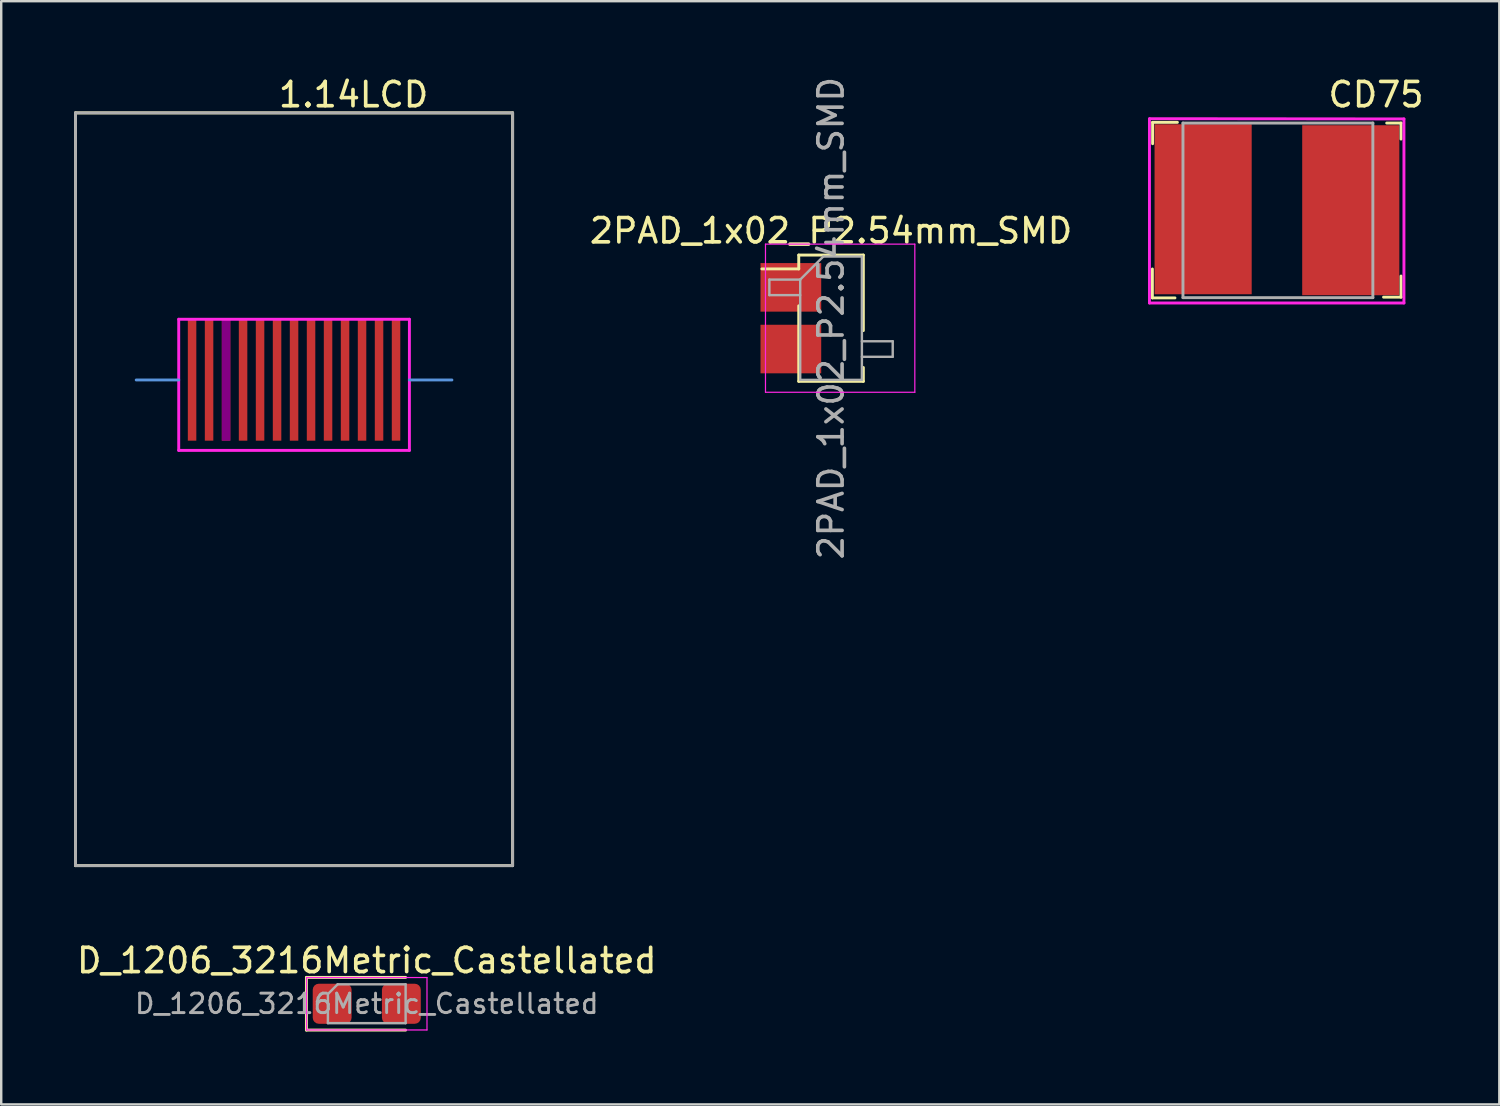
<source format=kicad_pcb>
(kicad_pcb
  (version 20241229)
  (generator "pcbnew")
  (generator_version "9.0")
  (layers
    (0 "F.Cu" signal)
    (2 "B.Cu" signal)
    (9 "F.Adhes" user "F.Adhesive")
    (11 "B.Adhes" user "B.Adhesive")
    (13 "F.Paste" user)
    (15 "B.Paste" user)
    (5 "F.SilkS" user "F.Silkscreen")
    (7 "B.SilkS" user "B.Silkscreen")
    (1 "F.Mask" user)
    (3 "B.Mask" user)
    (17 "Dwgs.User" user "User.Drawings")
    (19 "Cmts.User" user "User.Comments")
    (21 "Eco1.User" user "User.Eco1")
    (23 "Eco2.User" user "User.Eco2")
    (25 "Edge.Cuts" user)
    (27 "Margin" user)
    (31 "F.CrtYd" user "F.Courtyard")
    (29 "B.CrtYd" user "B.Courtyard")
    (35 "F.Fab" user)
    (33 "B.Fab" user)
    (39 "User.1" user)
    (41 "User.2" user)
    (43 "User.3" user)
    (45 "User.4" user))
  (footprint "CD75"
    (layer "F.Cu")
    (at 49.587 5.588)
    (property "Reference" "CD75" (at 4.03 -4.74 0) (layer "F.SilkS") (effects (font (size 1 1) (thickness 0.15))))
    (attr smd)
    (fp_line (start -5.18 2.44) (end -5.18 3.63) (stroke (width 0.12) (type solid)) (layer "F.SilkS"))
    (fp_line (start -5.18 3.63) (end -4.25 3.63) (stroke (width 0.12) (type solid)) (layer "F.SilkS"))
    (fp_line (start -5.17 -3.6) (end -5.17 -2.72) (stroke (width 0.12) (type solid)) (layer "F.SilkS"))
    (fp_line (start -4.15 -3.6) (end -5.17 -3.6) (stroke (width 0.12) (type solid)) (layer "F.SilkS"))
    (fp_line (start 5.06 -3.57) (end 4.47 -3.57) (stroke (width 0.12) (type solid)) (layer "F.SilkS"))
    (fp_line (start 5.06 -2.91) (end 5.06 -3.57) (stroke (width 0.12) (type solid)) (layer "F.SilkS"))
    (fp_line (start 5.06 2.73) (end 5.06 3.6) (stroke (width 0.12) (type solid)) (layer "F.SilkS"))
    (fp_line (start 5.06 3.6) (end 4.34 3.6) (stroke (width 0.12) (type solid)) (layer "F.SilkS"))
    (fp_line (start -5.3 3.84) (end -5.3 -3.75) (stroke (width 0.12) (type solid)) (layer "F.CrtYd"))
    (fp_line (start -5.29 -3.75) (end 5.18 -3.74) (stroke (width 0.12) (type solid)) (layer "F.CrtYd"))
    (fp_line (start 5.18 -3.74) (end 5.18 3.84) (stroke (width 0.12) (type solid)) (layer "F.CrtYd"))
    (fp_line (start 5.18 3.84) (end -5.3 3.84) (stroke (width 0.12) (type solid)) (layer "F.CrtYd"))
    (fp_line (start -3.92 -3.57) (end 3.9 -3.57) (stroke (width 0.12) (type solid)) (layer "F.Fab"))
    (fp_line (start -3.92 3.62) (end -3.92 -3.57) (stroke (width 0.12) (type solid)) (layer "F.Fab"))
    (fp_line (start 3.9 -3.57) (end 3.9 3.62) (stroke (width 0.12) (type solid)) (layer "F.Fab"))
    (fp_line (start 3.9 3.62) (end -3.92 3.62) (stroke (width 0.12) (type solid)) (layer "F.Fab"))
    (pad "1" smd rect (at -3.09 -0.02) (size 4 7) (layers "F.Cu" "F.Mask" "F.Paste"))
    (pad "2" smd rect (at 2.99 0.02) (size 4 7) (layers "F.Cu" "F.Mask" "F.Paste")))
  (footprint "2PAD_1x02_P2.54mm_SMD"
    (layer "F.Cu")
    (at 31.174 10.054)
    (property "Reference" "2PAD_1x02_P2.54mm_SMD" (at 0 -3.6 0) (layer "F.SilkS") (effects (font (size 1 1) (thickness 0.15))))
    (attr smd)
    (fp_line (start -1.33 -2.6) (end -1.33 -2.03) (stroke (width 0.12) (type solid)) (layer "F.SilkS"))
    (fp_line (start -1.33 -2.6) (end 1.33 -2.6) (stroke (width 0.12) (type solid)) (layer "F.SilkS"))
    (fp_line (start -1.33 -2.03) (end -2.85 -2.03) (stroke (width 0.12) (type solid)) (layer "F.SilkS"))
    (fp_line (start -1.33 -0.51) (end -1.33 2.6) (stroke (width 0.12) (type solid)) (layer "F.SilkS"))
    (fp_line (start -1.33 2.6) (end 1.33 2.6) (stroke (width 0.12) (type solid)) (layer "F.SilkS"))
    (fp_line (start 1.33 -2.6) (end 1.33 0.51) (stroke (width 0.12) (type solid)) (layer "F.SilkS"))
    (fp_line (start 1.33 2.03) (end 1.33 2.6) (stroke (width 0.12) (type solid)) (layer "F.SilkS"))
    (fp_line (start -2.7 -3.05) (end -2.7 3.05) (stroke (width 0.05) (type solid)) (layer "F.CrtYd"))
    (fp_line (start -2.7 3.05) (end 3.45 3.05) (stroke (width 0.05) (type solid)) (layer "F.CrtYd"))
    (fp_line (start 3.45 -3.05) (end -2.7 -3.05) (stroke (width 0.05) (type solid)) (layer "F.CrtYd"))
    (fp_line (start 3.45 3.05) (end 3.45 -3.05) (stroke (width 0.05) (type solid)) (layer "F.CrtYd"))
    (fp_line (start -2.54 -1.59) (end -2.54 -0.95) (stroke (width 0.1) (type solid)) (layer "F.Fab"))
    (fp_line (start -2.54 -0.95) (end -1.27 -0.95) (stroke (width 0.1) (type solid)) (layer "F.Fab"))
    (fp_line (start -1.27 -1.59) (end -2.54 -1.59) (stroke (width 0.1) (type solid)) (layer "F.Fab"))
    (fp_line (start -1.27 -1.59) (end -0.32 -2.54) (stroke (width 0.1) (type solid)) (layer "F.Fab"))
    (fp_line (start -1.27 2.54) (end -1.27 -1.59) (stroke (width 0.1) (type solid)) (layer "F.Fab"))
    (fp_line (start -0.32 -2.54) (end 1.27 -2.54) (stroke (width 0.1) (type solid)) (layer "F.Fab"))
    (fp_line (start 1.27 -2.54) (end 1.27 2.54) (stroke (width 0.1) (type solid)) (layer "F.Fab"))
    (fp_line (start 1.27 0.95) (end 2.54 0.95) (stroke (width 0.1) (type solid)) (layer "F.Fab"))
    (fp_line (start 1.27 2.54) (end -1.27 2.54) (stroke (width 0.1) (type solid)) (layer "F.Fab"))
    (fp_line (start 2.54 0.95) (end 2.54 1.59) (stroke (width 0.1) (type solid)) (layer "F.Fab"))
    (fp_line (start 2.54 1.59) (end 1.27 1.59) (stroke (width 0.1) (type solid)) (layer "F.Fab"))
    (fp_text user "${REFERENCE}" (at 0 0 90) (layer "F.Fab") (effects (font (size 1 1) (thickness 0.15))))
    (pad "1" smd rect (at -1.655 -1.27) (size 2.5 2) (layers "F.Cu" "F.Mask" "F.Paste"))
    (pad "2" smd rect (at -1.655 1.27) (size 2.5 2) (layers "F.Cu" "F.Mask" "F.Paste")))
  (footprint "1.14LCD"
    (layer "F.Cu")
    (at 9.06 17.098)
    (property "Reference" "1.14LCD" (at 2.45 -16.25 0) (layer "F.SilkS") (effects (font (size 1 1) (thickness 0.15))))
    (attr smd)
    (fp_line (start -9 -15.5) (end 9 -15.5) (stroke (width 0.12) (type solid)) (layer "F.SilkS"))
    (fp_line (start -9 15.5) (end -9 -15.5) (stroke (width 0.12) (type solid)) (layer "F.SilkS"))
    (fp_line (start 9 -15.5) (end 9 15.5) (stroke (width 0.12) (type solid)) (layer "F.SilkS"))
    (fp_line (start 9 15.5) (end -9 15.5) (stroke (width 0.12) (type solid)) (layer "F.SilkS"))
    (fp_line (start -4.75 -4.5) (end -6.5 -4.5) (stroke (width 0.12) (type solid)) (layer "Cmts.User"))
    (fp_line (start 4.75 -4.5) (end 6.5 -4.5) (stroke (width 0.12) (type solid)) (layer "Cmts.User"))
    (fp_line (start -4.75 -7) (end 4.75 -7) (stroke (width 0.12) (type solid)) (layer "F.CrtYd"))
    (fp_line (start -4.75 -1.6) (end -4.75 -7) (stroke (width 0.12) (type solid)) (layer "F.CrtYd"))
    (fp_line (start 4.75 -7) (end 4.75 -1.6) (stroke (width 0.12) (type solid)) (layer "F.CrtYd"))
    (fp_line (start 4.75 -1.6) (end -4.75 -1.6) (stroke (width 0.12) (type solid)) (layer "F.CrtYd"))
    (fp_line (start -9 -15.5) (end 9 -15.5) (stroke (width 0.12) (type solid)) (layer "F.Fab"))
    (fp_line (start -9 15.5) (end -9 -15.5) (stroke (width 0.12) (type solid)) (layer "F.Fab"))
    (fp_line (start 9 -15.5) (end 9 15.5) (stroke (width 0.12) (type solid)) (layer "F.Fab"))
    (fp_line (start 9 15.5) (end -9 15.5) (stroke (width 0.12) (type solid)) (layer "F.Fab"))
    (pad "1" smd rect (at -4.2 -4.5) (size 0.35 5) (layers "F.Cu" "F.Mask" "F.Paste"))
    (pad "2" smd rect (at -3.5 -4.5) (size 0.35 5) (layers "F.Cu" "F.Mask" "F.Paste"))
    (pad "3" smd rect (at -2.8 -4.5) (size 0.35 5) (layers "F.Cu" "F.Mask" "F.Adhes" "F.Paste"))
    (pad "4" smd rect (at -2.1 -4.5) (size 0.35 5) (layers "F.Cu" "F.Mask" "F.Paste"))
    (pad "5" smd rect (at -1.4 -4.5) (size 0.35 5) (layers "F.Cu" "F.Mask" "F.Paste"))
    (pad "6" smd rect (at -0.7 -4.5) (size 0.35 5) (layers "F.Cu" "F.Mask" "F.Paste"))
    (pad "7" smd rect (at 0 -4.5) (size 0.35 5) (layers "F.Cu" "F.Mask" "F.Paste"))
    (pad "8" smd rect (at 0.7 -4.5) (size 0.35 5) (layers "F.Cu" "F.Mask" "F.Paste"))
    (pad "9" smd rect (at 1.4 -4.5) (size 0.35 5) (layers "F.Cu" "F.Mask" "F.Paste"))
    (pad "10" smd rect (at 2.1 -4.5) (size 0.35 5) (layers "F.Cu" "F.Mask" "F.Paste"))
    (pad "11" smd rect (at 2.8 -4.5) (size 0.35 5) (layers "F.Cu" "F.Mask" "F.Paste"))
    (pad "12" smd rect (at 3.5 -4.5) (size 0.35 5) (layers "F.Cu" "F.Mask" "F.Paste"))
    (pad "13" smd rect (at 4.2 -4.5) (size 0.35 5) (layers "F.Cu" "F.Mask" "F.Paste")))
  (footprint "D_1206_3216Metric_Castellated"
    (layer "F.Cu")
    (at 12.054 38.286)
    (property "Reference" "D_1206_3216Metric_Castellated" (at 0 -1.78 0) (layer "F.SilkS") (effects (font (size 1 1) (thickness 0.15))))
    (attr smd)
    (fp_line (start -2.485 -1.085) (end -2.485 1.085) (stroke (width 0.12) (type solid)) (layer "F.SilkS"))
    (fp_line (start -2.485 1.085) (end 1.6 1.085) (stroke (width 0.12) (type solid)) (layer "F.SilkS"))
    (fp_line (start 1.6 -1.085) (end -2.485 -1.085) (stroke (width 0.12) (type solid)) (layer "F.SilkS"))
    (fp_line (start -2.48 -1.08) (end 2.48 -1.08) (stroke (width 0.05) (type solid)) (layer "F.CrtYd"))
    (fp_line (start -2.48 1.08) (end -2.48 -1.08) (stroke (width 0.05) (type solid)) (layer "F.CrtYd"))
    (fp_line (start 2.48 -1.08) (end 2.48 1.08) (stroke (width 0.05) (type solid)) (layer "F.CrtYd"))
    (fp_line (start 2.48 1.08) (end -2.48 1.08) (stroke (width 0.05) (type solid)) (layer "F.CrtYd"))
    (fp_line (start -1.6 -0.4) (end -1.6 0.8) (stroke (width 0.1) (type solid)) (layer "F.Fab"))
    (fp_line (start -1.6 0.8) (end 1.6 0.8) (stroke (width 0.1) (type solid)) (layer "F.Fab"))
    (fp_line (start -1.2 -0.8) (end -1.6 -0.4) (stroke (width 0.1) (type solid)) (layer "F.Fab"))
    (fp_line (start 1.6 -0.8) (end -1.2 -0.8) (stroke (width 0.1) (type solid)) (layer "F.Fab"))
    (fp_line (start 1.6 0.8) (end 1.6 -0.8) (stroke (width 0.1) (type solid)) (layer "F.Fab"))
    (fp_text user "${REFERENCE}" (at 0 0 0) (layer "F.Fab") (effects (font (size 0.8 0.8) (thickness 0.12))))
    (pad "1" smd roundrect (at -1.425 0) (size 1.6 1.65) (layers "F.Cu" "F.Mask" "F.Paste") (roundrect_rratio 0.156))
    (pad "2" smd roundrect (at 1.425 0) (size 1.6 1.65) (layers "F.Cu" "F.Mask" "F.Paste") (roundrect_rratio 0.156)))
  (gr_rect
    (start -3 -3)
    (end 58.695 42.431)
    (stroke (width 0.1) (type default))
    (fill no)
    (layer "Edge.Cuts")))
</source>
